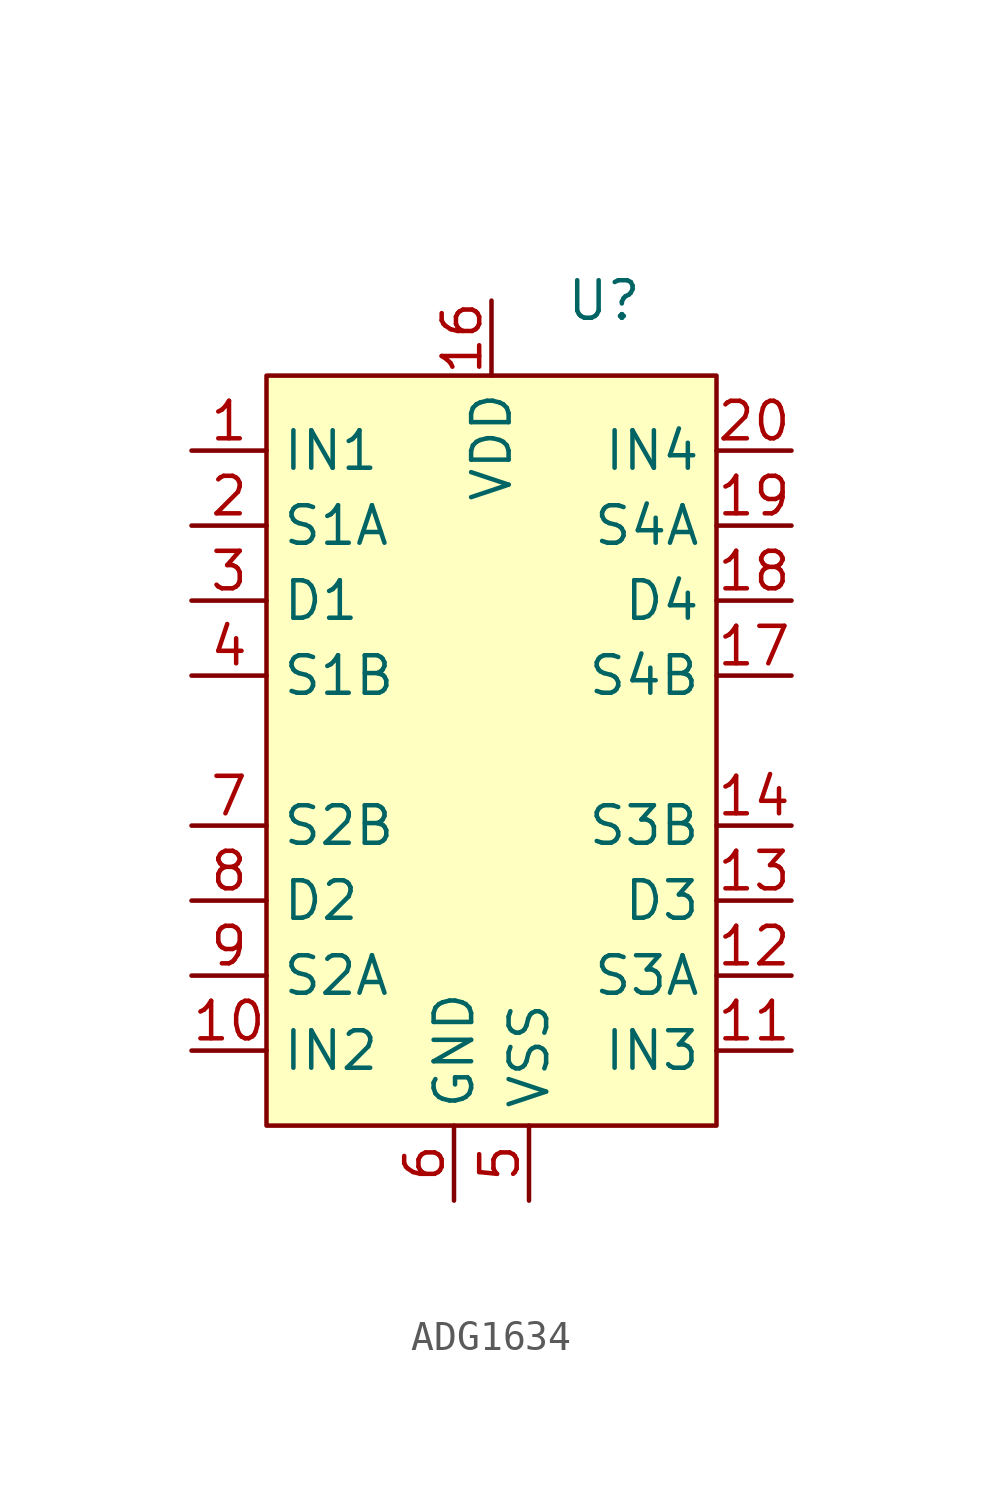
<source format=kicad_sym>
(kicad_symbol_lib
  (version 20220914)
  (generator kicad_symbol_editor)
  (symbol "ADG1634"
    (property "Reference" "U"
      (at 3.81 -2.54 0)
      (effects (font (size 1.27 1.27))))
    (property "Value" ""
      (at 0 0 0)
      (effects (font (size 1.27 1.27))))
    (symbol "ADG1634_1_1"
      (rectangle (start -7.62 -5.08) (end 7.62 -30.48) (stroke (width 0) (type default)) (fill (type background)))
      (pin input line (at -10.16 -7.62 0) (length 2.54) (name "IN1" (effects (font (size 1.27 1.27)))) (number "1" (effects (font (size 1.27 1.27)))))
      (pin input line (at -10.16 -27.94 0) (length 2.54) (name "IN2" (effects (font (size 1.27 1.27)))) (number "10" (effects (font (size 1.27 1.27)))))
      (pin input line (at 10.16 -27.94 180) (length 2.54) (name "IN3" (effects (font (size 1.27 1.27)))) (number "11" (effects (font (size 1.27 1.27)))))
      (pin bidirectional line (at 10.16 -25.4 180) (length 2.54) (name "S3A" (effects (font (size 1.27 1.27)))) (number "12" (effects (font (size 1.27 1.27)))))
      (pin bidirectional line (at 10.16 -22.86 180) (length 2.54) (name "D3" (effects (font (size 1.27 1.27)))) (number "13" (effects (font (size 1.27 1.27)))))
      (pin bidirectional line (at 10.16 -20.32 180) (length 2.54) (name "S3B" (effects (font (size 1.27 1.27)))) (number "14" (effects (font (size 1.27 1.27)))))
      (pin power_in line (at 0 -2.54 270) (length 2.54) (name "VDD" (effects (font (size 1.27 1.27)))) (number "16" (effects (font (size 1.27 1.27)))))
      (pin bidirectional line (at 10.16 -15.24 180) (length 2.54) (name "S4B" (effects (font (size 1.27 1.27)))) (number "17" (effects (font (size 1.27 1.27)))))
      (pin bidirectional line (at 10.16 -12.7 180) (length 2.54) (name "D4" (effects (font (size 1.27 1.27)))) (number "18" (effects (font (size 1.27 1.27)))))
      (pin bidirectional line (at 10.16 -10.16 180) (length 2.54) (name "S4A" (effects (font (size 1.27 1.27)))) (number "19" (effects (font (size 1.27 1.27)))))
      (pin bidirectional line (at -10.16 -10.16 0) (length 2.54) (name "S1A" (effects (font (size 1.27 1.27)))) (number "2" (effects (font (size 1.27 1.27)))))
      (pin input line (at 10.16 -7.62 180) (length 2.54) (name "IN4" (effects (font (size 1.27 1.27)))) (number "20" (effects (font (size 1.27 1.27)))))
      (pin bidirectional line (at -10.16 -12.7 0) (length 2.54) (name "D1" (effects (font (size 1.27 1.27)))) (number "3" (effects (font (size 1.27 1.27)))))
      (pin bidirectional line (at -10.16 -15.24 0) (length 2.54) (name "S1B" (effects (font (size 1.27 1.27)))) (number "4" (effects (font (size 1.27 1.27)))))
      (pin power_in line (at 1.27 -33.02 90) (length 2.54) (name "VSS" (effects (font (size 1.27 1.27)))) (number "5" (effects (font (size 1.27 1.27)))))
      (pin power_out line (at -1.27 -33.02 90) (length 2.54) (name "GND" (effects (font (size 1.27 1.27)))) (number "6" (effects (font (size 1.27 1.27)))))
      (pin bidirectional line (at -10.16 -20.32 0) (length 2.54) (name "S2B" (effects (font (size 1.27 1.27)))) (number "7" (effects (font (size 1.27 1.27)))))
      (pin bidirectional line (at -10.16 -22.86 0) (length 2.54) (name "D2" (effects (font (size 1.27 1.27)))) (number "8" (effects (font (size 1.27 1.27)))))
      (pin bidirectional line (at -10.16 -25.4 0) (length 2.54) (name "S2A" (effects (font (size 1.27 1.27)))) (number "9" (effects (font (size 1.27 1.27))))))))
</source>
